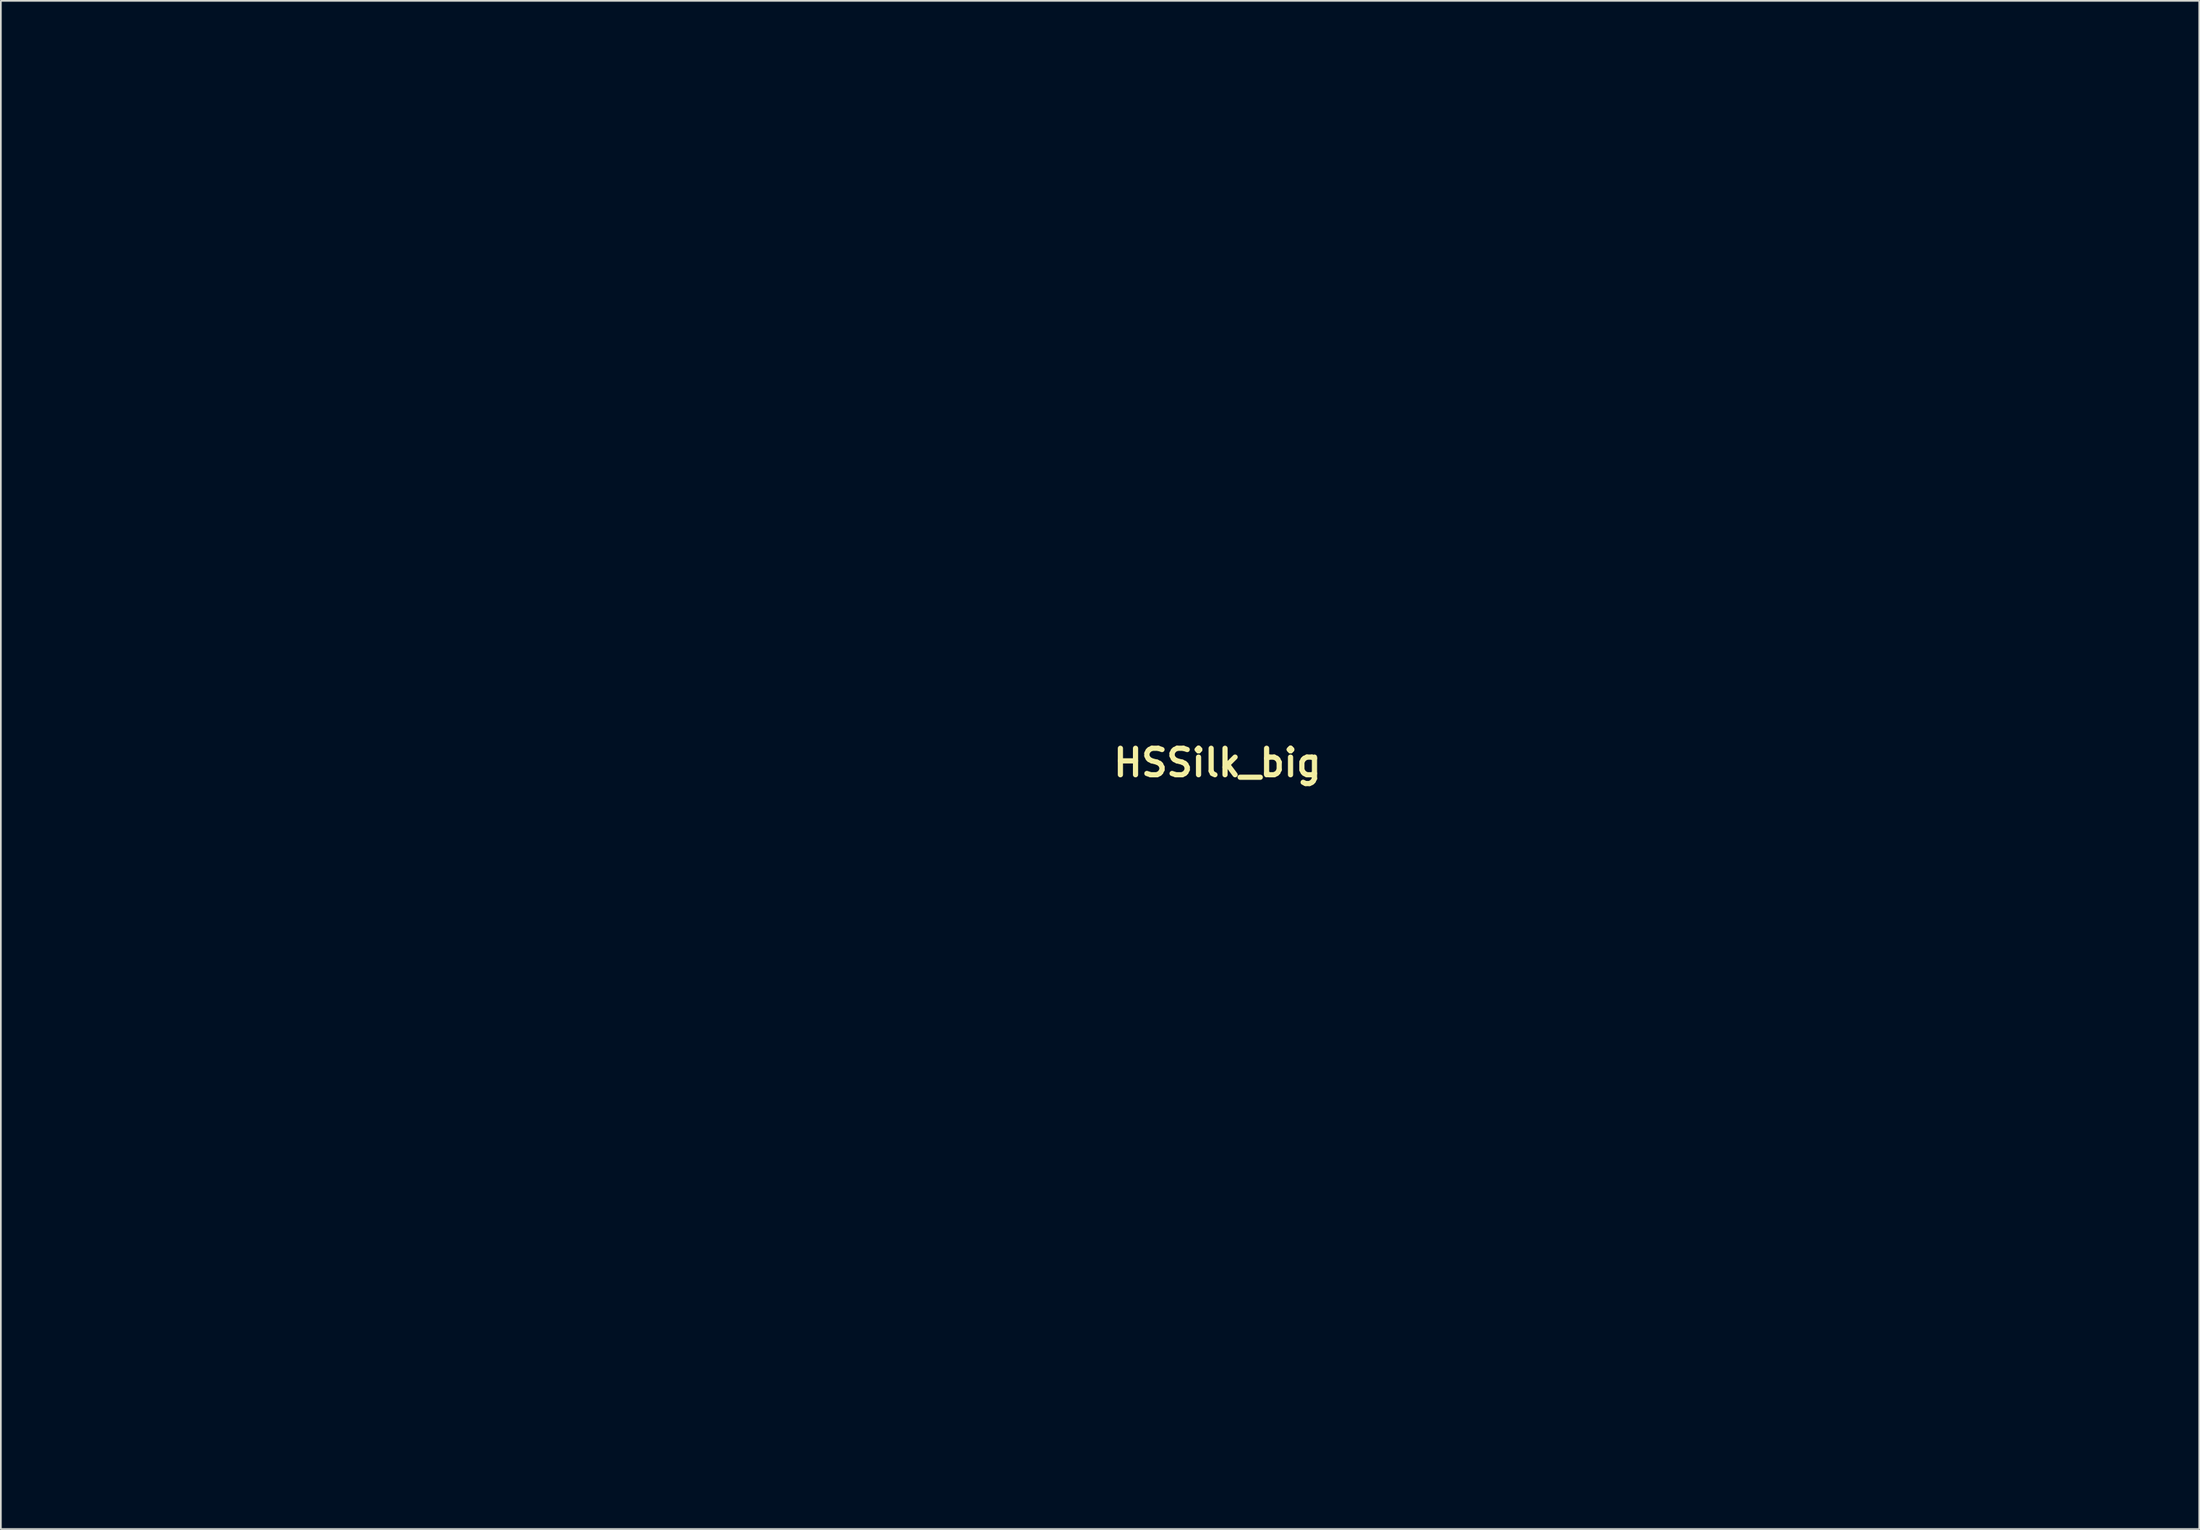
<source format=kicad_pcb>
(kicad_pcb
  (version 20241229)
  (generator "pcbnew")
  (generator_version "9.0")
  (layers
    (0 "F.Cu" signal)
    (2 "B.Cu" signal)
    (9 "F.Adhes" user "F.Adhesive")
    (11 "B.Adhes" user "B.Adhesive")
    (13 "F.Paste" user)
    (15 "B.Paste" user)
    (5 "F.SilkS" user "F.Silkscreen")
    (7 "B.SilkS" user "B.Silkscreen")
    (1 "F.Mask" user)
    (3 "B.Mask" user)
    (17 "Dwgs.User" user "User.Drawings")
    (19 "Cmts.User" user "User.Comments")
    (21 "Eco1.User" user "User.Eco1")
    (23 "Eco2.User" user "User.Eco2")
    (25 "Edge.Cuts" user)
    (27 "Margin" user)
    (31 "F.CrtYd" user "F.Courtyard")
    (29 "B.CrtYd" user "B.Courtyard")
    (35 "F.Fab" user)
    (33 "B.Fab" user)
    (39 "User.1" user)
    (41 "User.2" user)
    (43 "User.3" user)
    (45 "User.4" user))
  (footprint "HSSilk_big"
    (layer "F.Cu")
    (at 67.061 40.9)
    (property "Reference" "HSSilk_big" (at 0 0 0) (layer "F.SilkS") (effects (font (size 1.524 1.524) (thickness 0.3))))
    (attr through_hole)
    (fp_poly (pts (xy -65.024 -30.099) (xy -65.151 -29.972) (xy -65.278 -30.099) (xy -65.151 -30.226) (xy -65.024 -30.099)) (stroke (width 0.01) (type solid)) (fill yes) (layer "F.Mask"))
    (fp_poly (pts (xy -63.754 -26.543) (xy -63.881 -26.416) (xy -64.008 -26.543) (xy -63.881 -26.67) (xy -63.754 -26.543)) (stroke (width 0.01) (type solid)) (fill yes) (layer "F.Mask"))
    (fp_poly (pts (xy -62.738 -25.273) (xy -62.865 -25.146) (xy -62.992 -25.273) (xy -62.865 -25.4) (xy -62.738 -25.273)) (stroke (width 0.01) (type solid)) (fill yes) (layer "F.Mask"))
    (fp_poly (pts (xy -60.96 -24.257) (xy -61.087 -24.13) (xy -61.214 -24.257) (xy -61.087 -24.384) (xy -60.96 -24.257)) (stroke (width 0.01) (type solid)) (fill yes) (layer "F.Mask"))
    (fp_poly (pts (xy 40.386 -2.413) (xy 40.259 -2.286) (xy 40.132 -2.413) (xy 40.259 -2.54) (xy 40.386 -2.413)) (stroke (width 0.01) (type solid)) (fill yes) (layer "F.Mask"))
    (fp_poly (pts (xy 41.148 -1.651) (xy 41.021 -1.524) (xy 40.894 -1.651) (xy 41.021 -1.778) (xy 41.148 -1.651)) (stroke (width 0.01) (type solid)) (fill yes) (layer "F.Mask"))
    (fp_poly (pts (xy 41.91 0.889) (xy 41.783 1.016) (xy 41.656 0.889) (xy 41.783 0.762) (xy 41.91 0.889)) (stroke (width 0.01) (type solid)) (fill yes) (layer "F.Mask"))
    (fp_poly (pts (xy 42.164 -1.397) (xy 42.037 -1.27) (xy 41.91 -1.397) (xy 42.037 -1.524) (xy 42.164 -1.397)) (stroke (width 0.01) (type solid)) (fill yes) (layer "F.Mask"))
    (fp_poly (pts (xy 42.926 1.143) (xy 42.799 1.27) (xy 42.672 1.143) (xy 42.799 1.016) (xy 42.926 1.143)) (stroke (width 0.01) (type solid)) (fill yes) (layer "F.Mask"))
    (fp_poly (pts (xy 43.688 -5.715) (xy 43.561 -5.588) (xy 43.434 -5.715) (xy 43.561 -5.842) (xy 43.688 -5.715)) (stroke (width 0.01) (type solid)) (fill yes) (layer "F.Mask"))
    (fp_poly (pts (xy 43.942 -6.477) (xy 43.815 -6.35) (xy 43.688 -6.477) (xy 43.815 -6.604) (xy 43.942 -6.477)) (stroke (width 0.01) (type solid)) (fill yes) (layer "F.Mask"))
    (fp_poly (pts (xy 44.196 -2.921) (xy 44.069 -2.794) (xy 43.942 -2.921) (xy 44.069 -3.048) (xy 44.196 -2.921)) (stroke (width 0.01) (type solid)) (fill yes) (layer "F.Mask"))
    (fp_poly (pts (xy 44.45 0.127) (xy 44.323 0.254) (xy 44.196 0.127) (xy 44.323 0) (xy 44.45 0.127)) (stroke (width 0.01) (type solid)) (fill yes) (layer "F.Mask"))
    (fp_poly (pts (xy 44.704 -1.651) (xy 44.577 -1.524) (xy 44.45 -1.651) (xy 44.577 -1.778) (xy 44.704 -1.651)) (stroke (width 0.01) (type solid)) (fill yes) (layer "F.Mask"))
    (fp_poly (pts (xy 44.958 -5.715) (xy 44.831 -5.588) (xy 44.704 -5.715) (xy 44.831 -5.842) (xy 44.958 -5.715)) (stroke (width 0.01) (type solid)) (fill yes) (layer "F.Mask"))
    (fp_poly (pts (xy 45.212 -0.635) (xy 45.085 -0.508) (xy 44.958 -0.635) (xy 45.085 -0.762) (xy 45.212 -0.635)) (stroke (width 0.01) (type solid)) (fill yes) (layer "F.Mask"))
    (fp_poly (pts (xy 45.466 -3.175) (xy 45.339 -3.048) (xy 45.212 -3.175) (xy 45.339 -3.302) (xy 45.466 -3.175)) (stroke (width 0.01) (type solid)) (fill yes) (layer "F.Mask"))
    (fp_poly (pts (xy 45.466 -0.127) (xy 45.339 0) (xy 45.212 -0.127) (xy 45.339 -0.254) (xy 45.466 -0.127)) (stroke (width 0.01) (type solid)) (fill yes) (layer "F.Mask"))
    (fp_poly (pts (xy 45.466 1.905) (xy 45.339 2.032) (xy 45.212 1.905) (xy 45.339 1.778) (xy 45.466 1.905)) (stroke (width 0.01) (type solid)) (fill yes) (layer "F.Mask"))
    (fp_poly (pts (xy 45.72 -6.223) (xy 45.593 -6.096) (xy 45.466 -6.223) (xy 45.593 -6.35) (xy 45.72 -6.223)) (stroke (width 0.01) (type solid)) (fill yes) (layer "F.Mask"))
    (fp_poly (pts (xy 45.72 -1.651) (xy 45.593 -1.524) (xy 45.466 -1.651) (xy 45.593 -1.778) (xy 45.72 -1.651)) (stroke (width 0.01) (type solid)) (fill yes) (layer "F.Mask"))
    (fp_poly (pts (xy 45.72 0.889) (xy 45.593 1.016) (xy 45.466 0.889) (xy 45.593 0.762) (xy 45.72 0.889)) (stroke (width 0.01) (type solid)) (fill yes) (layer "F.Mask"))
    (fp_poly (pts (xy 45.974 -4.953) (xy 45.847 -4.826) (xy 45.72 -4.953) (xy 45.847 -5.08) (xy 45.974 -4.953)) (stroke (width 0.01) (type solid)) (fill yes) (layer "F.Mask"))
    (fp_poly (pts (xy 45.974 -3.683) (xy 45.847 -3.556) (xy 45.72 -3.683) (xy 45.847 -3.81) (xy 45.974 -3.683)) (stroke (width 0.01) (type solid)) (fill yes) (layer "F.Mask"))
    (fp_poly (pts (xy 45.974 0.381) (xy 45.847 0.508) (xy 45.72 0.381) (xy 45.847 0.254) (xy 45.974 0.381)) (stroke (width 0.01) (type solid)) (fill yes) (layer "F.Mask"))
    (fp_poly (pts (xy 46.482 -6.223) (xy 46.355 -6.096) (xy 46.228 -6.223) (xy 46.355 -6.35) (xy 46.482 -6.223)) (stroke (width 0.01) (type solid)) (fill yes) (layer "F.Mask"))
    (fp_poly (pts (xy 46.482 2.667) (xy 46.355 2.794) (xy 46.228 2.667) (xy 46.355 2.54) (xy 46.482 2.667)) (stroke (width 0.01) (type solid)) (fill yes) (layer "F.Mask"))
    (fp_poly (pts (xy 46.736 1.397) (xy 46.609 1.524) (xy 46.482 1.397) (xy 46.609 1.27) (xy 46.736 1.397)) (stroke (width 0.01) (type solid)) (fill yes) (layer "F.Mask"))
    (fp_poly (pts (xy 47.498 -3.937) (xy 47.371 -3.81) (xy 47.244 -3.937) (xy 47.371 -4.064) (xy 47.498 -3.937)) (stroke (width 0.01) (type solid)) (fill yes) (layer "F.Mask"))
    (fp_poly (pts (xy 47.498 1.397) (xy 47.371 1.524) (xy 47.244 1.397) (xy 47.371 1.27) (xy 47.498 1.397)) (stroke (width 0.01) (type solid)) (fill yes) (layer "F.Mask"))
    (fp_poly (pts (xy 48.006 -2.413) (xy 47.879 -2.286) (xy 47.752 -2.413) (xy 47.879 -2.54) (xy 48.006 -2.413)) (stroke (width 0.01) (type solid)) (fill yes) (layer "F.Mask"))
    (fp_poly (pts (xy 48.006 -1.651) (xy 47.879 -1.524) (xy 47.752 -1.651) (xy 47.879 -1.778) (xy 48.006 -1.651)) (stroke (width 0.01) (type solid)) (fill yes) (layer "F.Mask"))
    (fp_poly (pts (xy 48.514 -3.429) (xy 48.387 -3.302) (xy 48.26 -3.429) (xy 48.387 -3.556) (xy 48.514 -3.429)) (stroke (width 0.01) (type solid)) (fill yes) (layer "F.Mask"))
    (fp_poly (pts (xy 48.768 -4.191) (xy 48.641 -4.064) (xy 48.514 -4.191) (xy 48.641 -4.318) (xy 48.768 -4.191)) (stroke (width 0.01) (type solid)) (fill yes) (layer "F.Mask"))
    (fp_poly (pts (xy 49.276 -1.143) (xy 49.149 -1.016) (xy 49.022 -1.143) (xy 49.149 -1.27) (xy 49.276 -1.143)) (stroke (width 0.01) (type solid)) (fill yes) (layer "F.Mask"))
    (fp_poly (pts (xy 49.53 -0.635) (xy 49.403 -0.508) (xy 49.276 -0.635) (xy 49.403 -0.762) (xy 49.53 -0.635)) (stroke (width 0.01) (type solid)) (fill yes) (layer "F.Mask"))
    (fp_poly (pts (xy 49.53 2.667) (xy 49.403 2.794) (xy 49.276 2.667) (xy 49.403 2.54) (xy 49.53 2.667)) (stroke (width 0.01) (type solid)) (fill yes) (layer "F.Mask"))
    (fp_poly (pts (xy 49.784 -5.207) (xy 49.657 -5.08) (xy 49.53 -5.207) (xy 49.657 -5.334) (xy 49.784 -5.207)) (stroke (width 0.01) (type solid)) (fill yes) (layer "F.Mask"))
    (fp_poly (pts (xy 50.292 -1.651) (xy 50.165 -1.524) (xy 50.038 -1.651) (xy 50.165 -1.778) (xy 50.292 -1.651)) (stroke (width 0.01) (type solid)) (fill yes) (layer "F.Mask"))
    (fp_poly (pts (xy 50.8 -0.381) (xy 50.673 -0.254) (xy 50.546 -0.381) (xy 50.673 -0.508) (xy 50.8 -0.381)) (stroke (width 0.01) (type solid)) (fill yes) (layer "F.Mask"))
    (fp_poly (pts (xy 51.054 2.413) (xy 50.927 2.54) (xy 50.8 2.413) (xy 50.927 2.286) (xy 51.054 2.413)) (stroke (width 0.01) (type solid)) (fill yes) (layer "F.Mask"))
    (fp_poly (pts (xy 51.562 -0.889) (xy 51.435 -0.762) (xy 51.308 -0.889) (xy 51.435 -1.016) (xy 51.562 -0.889)) (stroke (width 0.01) (type solid)) (fill yes) (layer "F.Mask"))
    (fp_poly (pts (xy 51.562 1.905) (xy 51.435 2.032) (xy 51.308 1.905) (xy 51.435 1.778) (xy 51.562 1.905)) (stroke (width 0.01) (type solid)) (fill yes) (layer "F.Mask"))
    (fp_poly (pts (xy 51.816 0.889) (xy 51.689 1.016) (xy 51.562 0.889) (xy 51.689 0.762) (xy 51.816 0.889)) (stroke (width 0.01) (type solid)) (fill yes) (layer "F.Mask"))
    (fp_poly (pts (xy 52.324 -0.635) (xy 52.197 -0.508) (xy 52.07 -0.635) (xy 52.197 -0.762) (xy 52.324 -0.635)) (stroke (width 0.01) (type solid)) (fill yes) (layer "F.Mask"))
    (fp_poly (pts (xy 43.095 -17.949) (xy 43.126 -17.648) (xy 43.095 -17.611) (xy 42.944 -17.646) (xy 42.926 -17.78) (xy 43.019 -17.989) (xy 43.095 -17.949)) (stroke (width 0.01) (type solid)) (fill yes) (layer "F.Mask"))
    (fp_poly (pts (xy 43.095 -4.995) (xy 43.06 -4.844) (xy 42.926 -4.826) (xy 42.717 -4.919) (xy 42.757 -4.995) (xy 43.058 -5.026) (xy 43.095 -4.995)) (stroke (width 0.01) (type solid)) (fill yes) (layer "F.Mask"))
    (fp_poly (pts (xy 44.111 1.609) (xy 44.076 1.76) (xy 43.942 1.778) (xy 43.733 1.685) (xy 43.773 1.609) (xy 44.074 1.578) (xy 44.111 1.609)) (stroke (width 0.01) (type solid)) (fill yes) (layer "F.Mask"))
    (fp_poly (pts (xy 44.873 1.609) (xy 44.904 1.91) (xy 44.873 1.947) (xy 44.722 1.912) (xy 44.704 1.778) (xy 44.797 1.569) (xy 44.873 1.609)) (stroke (width 0.01) (type solid)) (fill yes) (layer "F.Mask"))
    (fp_poly (pts (xy 45.381 -1.185) (xy 45.346 -1.034) (xy 45.212 -1.016) (xy 45.003 -1.109) (xy 45.043 -1.185) (xy 45.344 -1.216) (xy 45.381 -1.185)) (stroke (width 0.01) (type solid)) (fill yes) (layer "F.Mask"))
    (fp_poly (pts (xy 46.143 -1.185) (xy 46.174 -0.884) (xy 46.143 -0.847) (xy 45.992 -0.882) (xy 45.974 -1.016) (xy 46.067 -1.225) (xy 46.143 -1.185)) (stroke (width 0.01) (type solid)) (fill yes) (layer "F.Mask"))
    (fp_poly (pts (xy 47.921 -0.423) (xy 47.886 -0.272) (xy 47.752 -0.254) (xy 47.543 -0.347) (xy 47.583 -0.423) (xy 47.884 -0.454) (xy 47.921 -0.423)) (stroke (width 0.01) (type solid)) (fill yes) (layer "F.Mask"))
    (fp_poly (pts (xy 49.191 -2.201) (xy 49.156 -2.05) (xy 49.022 -2.032) (xy 48.813 -2.125) (xy 48.853 -2.201) (xy 49.154 -2.232) (xy 49.191 -2.201)) (stroke (width 0.01) (type solid)) (fill yes) (layer "F.Mask"))
    (fp_poly (pts (xy 50.207 -3.217) (xy 50.172 -3.066) (xy 50.038 -3.048) (xy 49.829 -3.141) (xy 49.869 -3.217) (xy 50.17 -3.248) (xy 50.207 -3.217)) (stroke (width 0.01) (type solid)) (fill yes) (layer "F.Mask"))
    (fp_poly (pts (xy 40.347 -0.405) (xy 40.619 -0.15) (xy 40.563 -0.002) (xy 40.528 0) (xy 40.313 -0.18) (xy 40.235 -0.293) (xy 40.205 -0.467) (xy 40.347 -0.405)) (stroke (width 0.01) (type solid)) (fill yes) (layer "F.Mask"))
    (fp_poly (pts (xy 43.68 -1.085) (xy 43.776 -0.9) (xy 43.841 -0.542) (xy 43.67 -0.612) (xy 43.551 -0.779) (xy 43.472 -1.111) (xy 43.504 -1.171) (xy 43.68 -1.085)) (stroke (width 0.01) (type solid)) (fill yes) (layer "F.Mask"))
    (fp_poly (pts (xy 46.443 1.881) (xy 46.713 2.117) (xy 46.736 2.174) (xy 46.615 2.278) (xy 46.364 2.044) (xy 46.331 1.993) (xy 46.301 1.819) (xy 46.443 1.881)) (stroke (width 0.01) (type solid)) (fill yes) (layer "F.Mask"))
    (fp_poly (pts (xy 48.587 3.741) (xy 48.641 3.81) (xy 48.73 4.038) (xy 48.49 3.952) (xy 48.26 3.81) (xy 48.065 3.606) (xy 48.182 3.56) (xy 48.587 3.741)) (stroke (width 0.01) (type solid)) (fill yes) (layer "F.Mask"))
    (fp_poly (pts (xy 49.237 -4.215) (xy 49.507 -3.979) (xy 49.53 -3.922) (xy 49.409 -3.818) (xy 49.158 -4.052) (xy 49.125 -4.103) (xy 49.095 -4.277) (xy 49.237 -4.215)) (stroke (width 0.01) (type solid)) (fill yes) (layer "F.Mask"))
    (fp_poly (pts (xy 49.999 1.627) (xy 50.271 1.882) (xy 50.215 2.03) (xy 50.18 2.032) (xy 49.965 1.852) (xy 49.887 1.739) (xy 49.857 1.565) (xy 49.999 1.627)) (stroke (width 0.01) (type solid)) (fill yes) (layer "F.Mask"))
    (fp_poly (pts (xy 50.284 0.185) (xy 50.38 0.37) (xy 50.445 0.728) (xy 50.274 0.658) (xy 50.155 0.491) (xy 50.076 0.159) (xy 50.108 0.099) (xy 50.284 0.185)) (stroke (width 0.01) (type solid)) (fill yes) (layer "F.Mask"))
    (fp_poly (pts (xy 50.433 -1.1) (xy 50.389 -0.902) (xy 50.184 -0.545) (xy 50.051 -0.605) (xy 50.038 -0.747) (xy 50.222 -1.091) (xy 50.289 -1.141) (xy 50.433 -1.1)) (stroke (width 0.01) (type solid)) (fill yes) (layer "F.Mask"))
    (fp_poly (pts (xy 49.097 0.185) (xy 49.149 0.254) (xy 49.091 0.471) (xy 48.91 0.508) (xy 48.562 0.375) (xy 48.514 0.254) (xy 48.696 0.007) (xy 48.753 0) (xy 49.097 0.185)) (stroke (width 0.01) (type solid)) (fill yes) (layer "F.Mask"))
    (fp_poly (pts (xy 49.784 4.191) (xy 50.026 4.419) (xy 50.038 4.46) (xy 49.841 4.569) (xy 49.784 4.572) (xy 49.54 4.377) (xy 49.53 4.303) (xy 49.686 4.151) (xy 49.784 4.191)) (stroke (width 0.01) (type solid)) (fill yes) (layer "F.Mask"))
    (fp_poly (pts (xy 50.536 3.486) (xy 50.546 3.556) (xy 50.459 3.803) (xy 50.434 3.81) (xy 50.217 3.632) (xy 50.165 3.556) (xy 50.185 3.322) (xy 50.277 3.302) (xy 50.536 3.486)) (stroke (width 0.01) (type solid)) (fill yes) (layer "F.Mask"))
    (fp_poly (pts (xy 51.228 -1.868) (xy 51.181 -1.778) (xy 50.942 -1.535) (xy 50.897 -1.524) (xy 50.88 -1.688) (xy 50.927 -1.778) (xy 51.166 -2.021) (xy 51.211 -2.032) (xy 51.228 -1.868)) (stroke (width 0.01) (type solid)) (fill yes) (layer "F.Mask"))
    (fp_poly (pts (xy 49.172 0.828) (xy 49.192 1.143) (xy 49.09 1.394) (xy 48.877 1.669) (xy 48.644 1.541) (xy 48.495 1.365) (xy 48.269 1.049) (xy 48.409 1.028) (xy 48.578 1.087) (xy 48.949 1.105) (xy 49.022 0.966) (xy 49.117 0.793) (xy 49.172 0.828)) (stroke (width 0.01) (type solid)) (fill yes) (layer "F.Mask"))
    (fp_poly (pts (xy 28.539 -40.894) (xy 36.529 -40.894) (xy 37.719 -39.571) (xy 39.223 -37.579) (xy 40.414 -35.288) (xy 41.298 -32.67) (xy 41.884 -29.696) (xy 42.181 -26.339) (xy 42.224 -24.384) (xy 42.094 -20.591) (xy 41.678 -16.902) (xy 40.954 -13.237) (xy 39.902 -9.513) (xy 38.503 -5.649) (xy 36.735 -1.562) (xy 36.299 -0.635) (xy 35.347 1.177) (xy 34.273 2.812) (xy 32.957 4.441) (xy 32.027 5.461) (xy 30.809 6.917) (xy 29.622 8.63) (xy 28.98 9.711) (xy 27.8 11.62) (xy 26.561 13.161) (xy 26.019 13.712) (xy 25.329 14.392) (xy 24.831 14.916) (xy 24.598 15.207) (xy 24.599 15.24) (xy 24.828 15.07) (xy 25.352 14.601) (xy 26.11 13.891) (xy 27.037 12.999) (xy 27.776 12.275) (xy 29.536 10.476) (xy 30.986 8.832) (xy 32.229 7.205) (xy 33.37 5.457) (xy 34.514 3.45) (xy 34.729 3.048) (xy 35.304 1.978) (xy 35.806 1.061) (xy 36.181 0.398) (xy 36.368 0.094) (xy 36.713 0.034) (xy 37.447 0.17) (xy 38.504 0.475) (xy 39.815 0.922) (xy 41.314 1.485) (xy 42.933 2.135) (xy 44.606 2.847) (xy 46.265 3.594) (xy 47.844 4.347) (xy 49.274 5.081) (xy 50.488 5.767) (xy 50.493 5.77) (xy 51.55 6.414) (xy 52.452 6.975) (xy 53.108 7.395) (xy 53.426 7.615) (xy 53.433 7.622) (xy 53.505 7.946) (xy 53.534 8.664) (xy 53.518 9.665) (xy 53.468 10.646) (xy 53.366 12.001) (xy 53.233 12.886) (xy 53.021 13.338) (xy 52.678 13.394) (xy 52.155 13.093) (xy 51.402 12.472) (xy 51.226 12.319) (xy 50.045 11.478) (xy 48.938 11.117) (xy 47.846 11.227) (xy 46.889 11.679) (xy 46.222 11.982) (xy 45.594 11.94) (xy 45.428 11.887) (xy 44.916 11.638) (xy 44.704 11.394) (xy 44.512 11.214) (xy 44.386 11.221) (xy 44.001 11.137) (xy 43.362 10.852) (xy 42.926 10.611) (xy 41.989 10.142) (xy 40.982 9.762) (xy 40.64 9.667) (xy 39.795 9.516) (xy 38.715 9.391) (xy 37.522 9.296) (xy 36.34 9.238) (xy 35.291 9.223) (xy 34.498 9.256) (xy 34.084 9.345) (xy 34.08 9.347) (xy 34.012 9.542) (xy 34.159 9.933) (xy 34.552 10.572) (xy 35.221 11.511) (xy 35.849 12.346) (xy 36.644 13.38) (xy 37.346 14.278) (xy 37.891 14.955) (xy 38.212 15.331) (xy 38.249 15.367) (xy 38.544 15.696) (xy 39.087 16.376) (xy 39.832 17.342) (xy 40.732 18.534) (xy 41.738 19.888) (xy 42.803 21.341) (xy 43.215 21.909) (xy 43.912 22.894) (xy 44.349 23.594) (xy 44.577 24.121) (xy 44.65 24.592) (xy 44.628 25.019) (xy 44.472 25.694) (xy 44.138 26.659) (xy 43.684 27.756) (xy 43.422 28.321) (xy 42.318 30.607) (xy 42.106 41.148) (xy 28.182 41.148) (xy 25.164 41.147) (xy 22.614 41.144) (xy 20.492 41.137) (xy 18.76 41.125) (xy 17.376 41.107) (xy 16.302 41.082) (xy 15.498 41.047) (xy 14.924 41.003) (xy 14.54 40.948) (xy 14.307 40.88) (xy 14.185 40.798) (xy 14.134 40.703) (xy 14.056 40.316) (xy 13.919 39.516) (xy 13.735 38.397) (xy 13.521 37.048) (xy 13.331 35.814) (xy 12.947 33.304) (xy 12.633 31.25) (xy 12.378 29.608) (xy 12.173 28.332) (xy 12.009 27.377) (xy 11.876 26.698) (xy 11.766 26.249) (xy 11.669 25.984) (xy 11.575 25.86) (xy 11.476 25.83) (xy 11.362 25.849) (xy 11.287 25.865) (xy 10.835 25.901) (xy 10.007 25.933) (xy 8.936 25.957) (xy 8.128 25.966) (xy 5.386 25.789) (xy 3.2 25.273) (xy 24.384 25.273) (xy 24.511 25.4) (xy 24.638 25.273) (xy 24.511 25.146) (xy 24.384 25.273) (xy 3.2 25.273) (xy 2.959 25.216) (xy 0.829 24.237) (xy -1.017 22.841) (xy -2.596 21.019) (xy -3.923 18.761) (xy -4.221 18.118) (xy -4.355 17.815) (xy 20.933 17.815) (xy 20.956 17.928) (xy 21.284 17.787) (xy 21.821 17.452) (xy 22.475 16.981) (xy 23.15 16.437) (xy 23.269 16.333) (xy 23.751 15.903) (xy 23.926 15.722) (xy 23.763 15.796) (xy 23.23 16.136) (xy 22.685 16.492) (xy 21.894 17.034) (xy 21.273 17.5) (xy 20.945 17.798) (xy 20.933 17.815) (xy -4.355 17.815) (xy -4.813 16.779) (xy -6.804 16.932) (xy -7.809 17.001) (xy -8.462 16.993) (xy -8.916 16.874) (xy -9.326 16.61) (xy -9.719 16.275) (xy -10.318 15.79) (xy -10.767 15.601) (xy -11.278 15.644) (xy -11.579 15.722) (xy -12.183 15.834) (xy -12.747 15.782) (xy -13.36 15.52) (xy -14.11 15.004) (xy -15.085 14.19) (xy -15.642 13.698) (xy -16.124 13.264) (xy -16.603 12.829) (xy -17.115 12.356) (xy -17.7 11.808) (xy -18.396 11.15) (xy -19.241 10.345) (xy -20.273 9.356) (xy -21.531 8.147) (xy -23.052 6.682) (xy -24.876 4.924) (xy -26.239 3.609) (xy -27.533 2.379) (xy -28.697 1.312) (xy -29.677 0.45) (xy -30.424 -0.16) (xy -30.886 -0.475) (xy -30.984 -0.508) (xy -31.34 -0.45) (xy -31.554 -0.244) (xy -31.618 0.153) (xy -31.519 0.788) (xy -31.247 1.706) (xy -30.792 2.95) (xy -30.143 4.568) (xy -29.344 6.477) (xy -28.262 8.912) (xy -27.002 11.555) (xy -25.643 14.255) (xy -24.262 16.857) (xy -22.936 19.209) (xy -22.325 20.233) (xy -21.744 21.213) (xy -21.182 22.205) (xy -20.812 22.9) (xy -20.482 23.491) (xy -19.935 24.405) (xy -19.233 25.542) (xy -18.437 26.802) (xy -17.937 27.578) (xy -17.148 28.797) (xy -16.443 29.888) (xy -15.875 30.771) (xy -15.494 31.364) (xy -15.367 31.564) (xy -15.145 31.912) (xy -14.702 32.602) (xy -14.09 33.549) (xy -13.366 34.668) (xy -12.954 35.304) (xy -11.912 36.916) (xy -11.119 38.157) (xy -10.543 39.083) (xy -10.154 39.746) (xy -9.922 40.202) (xy -9.815 40.504) (xy -9.803 40.707) (xy -9.829 40.807) (xy -9.929 40.873) (xy -10.194 40.931) (xy -10.656 40.981) (xy -11.347 41.023) (xy -12.299 41.057) (xy -13.543 41.085) (xy -15.11 41.107) (xy -17.033 41.124) (xy -19.343 41.136) (xy -22.072 41.143) (xy -25.252 41.147) (xy -28.204 41.148) (xy -31.693 41.147) (xy -34.708 41.145) (xy -37.285 41.14) (xy -39.458 41.132) (xy -41.261 41.12) (xy -42.73 41.103) (xy -43.899 41.079) (xy -44.802 41.05) (xy -45.474 41.012) (xy -45.951 40.966) (xy -46.266 40.911) (xy -46.454 40.846) (xy -46.551 40.77) (xy -46.584 40.703) (xy -46.687 40.244) (xy -46.831 39.444) (xy -46.988 38.469) (xy -47.006 38.354) (xy -47.293 36.733) (xy -47.67 35.035) (xy -48.113 33.339) (xy -48.597 31.72) (xy -49.095 30.257) (xy -49.583 29.025) (xy -50.035 28.103) (xy -50.426 27.567) (xy -50.579 27.471) (xy -50.786 27.478) (xy -50.739 27.564) (xy -50.714 27.9) (xy -50.836 28.11) (xy -50.93 28.255) (xy -51.001 28.472) (xy -51.05 28.816) (xy -51.076 29.343) (xy -51.081 30.109) (xy -51.064 31.169) (xy -51.026 32.579) (xy -50.968 34.395) (xy -50.905 36.258) (xy -50.735 41.148) (xy -54.578 41.148) (xy -56.048 41.146) (xy -57.086 41.132) (xy -57.768 41.094) (xy -58.17 41.023) (xy -58.368 40.905) (xy -58.438 40.731) (xy -58.451 40.577) (xy -58.496 39.945) (xy -58.565 39.13) (xy -58.578 38.989) (xy -58.691 37.742) (xy -58.787 36.559) (xy -58.865 35.389) (xy -58.928 34.178) (xy -58.977 32.875) (xy -59.011 31.427) (xy -59.032 29.781) (xy -59.042 27.886) (xy -59.041 25.688) (xy -59.03 23.136) (xy -59.01 20.176) (xy -58.984 17.026) (xy -58.957 14.529) (xy -58.921 12.486) (xy -58.873 10.847) (xy -58.812 9.558) (xy -58.734 8.567) (xy -58.638 7.82) (xy -58.533 7.311) (xy -58.285 6.571) (xy -57.853 5.499) (xy -57.287 4.212) (xy -56.639 2.828) (xy -56.279 2.096) (xy -55.148 -0.189) (xy -54.238 -2.081) (xy -53.531 -3.63) (xy -53.004 -4.889) (xy -52.637 -5.91) (xy -52.409 -6.743) (xy -52.3 -7.442) (xy -52.282 -7.84) (xy -52.341 -8.585) (xy -52.491 -9.124) (xy -52.558 -9.226) (xy -52.951 -9.374) (xy -53.667 -9.46) (xy -54.246 -9.469) (xy -55.111 -9.483) (xy -55.673 -9.619) (xy -56.133 -9.945) (xy -56.369 -10.18) (xy -56.834 -10.795) (xy -57.095 -11.537) (xy -57.212 -12.383) (xy -57.33 -13.215) (xy -57.554 -14.008) (xy -57.936 -14.89) (xy -58.53 -15.994) (xy -58.93 -16.683) (xy -59.403 -17.872) (xy -59.678 -19.471) (xy -59.747 -20.828) (xy -59.799 -21.621) (xy -59.915 -22.241) (xy -59.966 -22.377) (xy -59.996 -22.899) (xy -59.869 -23.093) (xy -59.737 -23.392) (xy -59.992 -23.747) (xy -60.163 -23.894) (xy -60.534 -24.233) (xy -60.516 -24.367) (xy -60.311 -24.384) (xy -59.978 -24.435) (xy -60.089 -24.552) (xy -60.577 -24.677) (xy -61.076 -24.915) (xy -61.657 -25.388) (xy -61.759 -25.494) (xy -62.319 -25.964) (xy -62.728 -26.039) (xy -62.753 -26.026) (xy -62.95 -25.971) (xy -62.877 -26.143) (xy -62.91 -26.52) (xy -63.236 -26.844) (xy -63.608 -27.263) (xy -63.647 -27.599) (xy -63.631 -27.847) (xy -63.725 -27.831) (xy -63.925 -27.971) (xy -64.214 -28.472) (xy -64.443 -29.011) (xy -64.769 -29.755) (xy -65.078 -30.275) (xy -65.236 -30.424) (xy -65.582 -30.32) (xy -66.097 -29.942) (xy -66.293 -29.758) (xy -67.056 -28.995) (xy -67.056 -40.894) (xy -59.213 -40.894) (xy -56.964 -40.891) (xy -55.17 -40.88) (xy -53.78 -40.859) (xy -52.741 -40.825) (xy -52.001 -40.776) (xy -51.508 -40.71) (xy -51.21 -40.623) (xy -51.055 -40.514) (xy -51.054 -40.513) (xy -50.633 -40.185) (xy -50.283 -40.169) (xy -50.157 -40.452) (xy -50.181 -40.577) (xy -50.181 -40.721) (xy -50.005 -40.444) (xy -50.005 -40.444) (xy -49.552 -39.955) (xy -48.931 -39.675) (xy -48.362 -39.695) (xy -48.292 -39.731) (xy -47.955 -39.715) (xy -47.892 -39.644) (xy -47.537 -39.435) (xy -47.302 -39.404) (xy -46.24 -39.216) (xy -45.136 -38.707) (xy -44.131 -37.977) (xy -43.368 -37.127) (xy -43.016 -36.386) (xy -42.813 -35.941) (xy -42.629 -35.814) (xy -42.499 -35.659) (xy -42.534 -35.578) (xy -42.515 -35.254) (xy -42.456 -35.202) (xy -42.323 -34.898) (xy -42.181 -34.226) (xy -42.06 -33.325) (xy -42.049 -33.219) (xy -41.8 -31.742) (xy -41.385 -30.387) (xy -41.23 -30.027) (xy -40.831 -29.096) (xy -40.601 -28.262) (xy -40.554 -27.437) (xy -40.705 -26.53) (xy -41.069 -25.453) (xy -41.659 -24.115) (xy -42.481 -22.451) (xy -44.425 -18.612) (xy -43.794 -18.325) (xy -43.305 -18.166) (xy -43.064 -18.317) (xy -43.012 -18.431) (xy -42.705 -18.766) (xy -42.099 -19.166) (xy -41.75 -19.346) (xy -41.102 -19.702) (xy -40.702 -20.019) (xy -40.64 -20.136) (xy -40.545 -20.294) (xy -40.498 -20.262) (xy -40.239 -20.317) (xy -39.807 -20.644) (xy -39.785 -20.664) (xy -38.524 -21.79) (xy -37.272 -22.765) (xy -36.113 -23.533) (xy -35.13 -24.039) (xy -34.406 -24.23) (xy -34.386 -24.23) (xy -33.723 -24.147) (xy -33.089 -23.859) (xy -32.414 -23.306) (xy -31.629 -22.432) (xy -30.665 -21.179) (xy -30.596 -21.085) (xy -29.79 -20.022) (xy -28.771 -18.726) (xy -27.659 -17.35) (xy -26.575 -16.042) (xy -26.385 -15.818) (xy -25.337 -14.569) (xy -24.253 -13.254) (xy -23.248 -12.011) (xy -22.435 -10.982) (xy -22.291 -10.795) (xy -21.003 -9.114) (xy -19.954 -7.753) (xy -19.077 -6.631) (xy -18.307 -5.661) (xy -17.576 -4.761) (xy -16.817 -3.847) (xy -15.964 -2.834) (xy -15.93 -2.794) (xy -14.351 -0.935) (xy -13.032 0.601) (xy -11.911 1.882) (xy -10.927 2.979) (xy -10.019 3.962) (xy -9.134 4.889) (xy -7.474 6.604) (xy -6.023 6.604) (xy -5.222 6.631) (xy -4.639 6.765) (xy -4.165 7.087) (xy -3.692 7.678) (xy -3.11 8.619) (xy -2.963 8.87) (xy -2.508 9.577) (xy -2.12 10.052) (xy -1.905 10.189) (xy -1.78 10.138) (xy -1.719 9.993) (xy -1.727 9.662) (xy -1.809 9.049) (xy -1.949 8.185) (xy 3.41 8.185) (xy 3.507 8.423) (xy 3.639 8.574) (xy 3.948 8.823) (xy 4.222 8.781) (xy 4.628 8.403) (xy 4.734 8.289) (xy 5.398 7.573) (xy 6.827 8.966) (xy 7.935 9.97) (xy 8.939 10.668) (xy 10.028 11.169) (xy 11.234 11.544) (xy 12.309 11.799) (xy 13.188 11.894) (xy 14.086 11.829) (xy 15.217 11.606) (xy 15.446 11.553) (xy 17.46 10.922) (xy 19.425 9.974) (xy 21.404 8.668) (xy 23.462 6.962) (xy 25.096 5.396) (xy 27.356 2.918) (xy 29.31 0.318) (xy 31.068 -2.561) (xy 31.864 -4.064) (xy 33.789 -8.38) (xy 35.212 -12.749) (xy 36.131 -17.164) (xy 36.546 -21.619) (xy 36.572 -22.947) (xy 36.591 -23.881) (xy 36.666 -24.426) (xy 36.83 -24.702) (xy 37.094 -24.821) (xy 37.628 -25.183) (xy 38.051 -25.838) (xy 38.251 -26.569) (xy 38.213 -26.969) (xy 38.092 -27.233) (xy 37.865 -27.375) (xy 37.417 -27.413) (xy 36.633 -27.367) (xy 36.106 -27.321) (xy 34.851 -27.153) (xy 34.009 -26.886) (xy 33.486 -26.469) (xy 33.19 -25.854) (xy 33.159 -25.738) (xy 33.171 -25.016) (xy 33.55 -24.525) (xy 34.067 -24.384) (xy 34.282 -24.342) (xy 34.421 -24.157) (xy 34.5 -23.738) (xy 34.536 -22.996) (xy 34.544 -21.839) (xy 34.544 -21.78) (xy 34.307 -17.848) (xy 33.616 -13.858) (xy 32.502 -9.91) (xy 30.994 -6.103) (xy 29.122 -2.534) (xy 28.313 -1.25) (xy 27.366 0.041) (xy 26.157 1.482) (xy 24.792 2.964) (xy 23.375 4.378) (xy 22.012 5.616) (xy 20.808 6.57) (xy 20.564 6.738) (xy 19.115 7.655) (xy 17.911 8.289) (xy 16.809 8.689) (xy 15.67 8.903) (xy 14.352 8.981) (xy 14.097 8.984) (xy 12.926 8.974) (xy 12.091 8.902) (xy 11.419 8.734) (xy 10.739 8.44) (xy 10.487 8.311) (xy 8.816 7.26) (xy 7.494 6.053) (xy 6.854 5.201) (xy 6.527 4.582) (xy 6.46 4.056) (xy 6.62 3.349) (xy 6.633 3.305) (xy 6.806 2.569) (xy 6.761 2.136) (xy 6.64 1.966) (xy 6.293 1.787) (xy 5.923 1.959) (xy 5.506 2.515) (xy 5.017 3.491) (xy 4.431 4.921) (xy 4.335 5.174) (xy 3.87 6.414) (xy 3.573 7.269) (xy 3.426 7.83) (xy 3.41 8.185) (xy -1.949 8.185) (xy -1.969 8.062) (xy -2.043 7.62) (xy -2.333 5.01) (xy -2.404 2.076) (xy -2.267 -1.053) (xy -1.935 -4.249) (xy -1.418 -7.383) (xy -0.729 -10.327) (xy -0.283 -11.811) (xy 0.272 -13.477) (xy 0.823 -15.089) (xy 1.342 -16.571) (xy 1.803 -17.849) (xy 2.179 -18.846) (xy 2.324 -19.2) (xy 9.203 -19.2) (xy 9.238 -17.927) (xy 9.474 -16.079) (xy 9.865 -14.314) (xy 10.38 -12.702) (xy 10.989 -11.311) (xy 11.661 -10.209) (xy 12.365 -9.466) (xy 13.07 -9.15) (xy 13.179 -9.144) (xy 13.659 -9.338) (xy 14.156 -9.812) (xy 14.197 -9.868) (xy 14.752 -11.014) (xy 15.078 -12.487) (xy 15.19 -14.178) (xy 15.102 -15.979) (xy 14.826 -17.782) (xy 14.379 -19.478) (xy 13.774 -20.959) (xy 13.024 -22.115) (xy 12.544 -22.584) (xy 11.681 -23.041) (xy 10.902 -23.035) (xy 10.235 -22.607) (xy 9.71 -21.797) (xy 9.356 -20.648) (xy 9.203 -19.2) (xy 2.324 -19.2) (xy 2.442 -19.488) (xy 2.544 -19.685) (xy 2.738 -19.998) (xy 3.117 -20.66) (xy 3.627 -21.572) (xy 4.193 -22.604) (xy 5.465 -24.83) (xy 6.851 -27.07) (xy 8.085 -28.921) (xy 19.362 -28.921) (xy 19.428 -28.156) (xy 19.75 -26.265) (xy 20.227 -24.498) (xy 20.824 -22.921) (xy 21.509 -21.599) (xy 22.248 -20.597) (xy 23.009 -19.982) (xy 23.638 -19.812) (xy 24.107 -19.999) (xy 24.595 -20.449) (xy 24.595 -20.45) (xy 25.162 -21.526) (xy 25.503 -22.95) (xy 25.626 -24.618) (xy 25.538 -26.426) (xy 25.247 -28.27) (xy 24.76 -30.048) (xy 24.086 -31.655) (xy 23.713 -32.311) (xy 22.948 -33.247) (xy 22.167 -33.718) (xy 21.408 -33.761) (xy 20.713 -33.415) (xy 20.121 -32.72) (xy 19.672 -31.713) (xy 19.406 -30.434) (xy 19.362 -28.921) (xy 8.085 -28.921) (xy 8.262 -29.186) (xy 9.606 -31.039) (xy 10.187 -31.776) (xy 11.278 -33.037) (xy 12.6 -34.447) (xy 14.035 -35.885) (xy 15.461 -37.234) (xy 16.758 -38.374) (xy 17.399 -38.89) (xy 18.099 -39.429) (xy 18.686 -39.861) (xy 19.226 -40.199) (xy 19.783 -40.454) (xy 20.422 -40.638) (xy 21.206 -40.762) (xy 22.202 -40.839) (xy 23.472 -40.878) (xy 25.083 -40.893) (xy 27.098 -40.895) (xy 28.539 -40.894)) (stroke (width 0.01) (type solid)) (fill yes) (layer "F.Mask")))
  (gr_rect
    (start -3 -3)
    (end 123.6 85.053)
    (stroke (width 0.1) (type default))
    (fill no)
    (layer "Edge.Cuts")))
</source>
